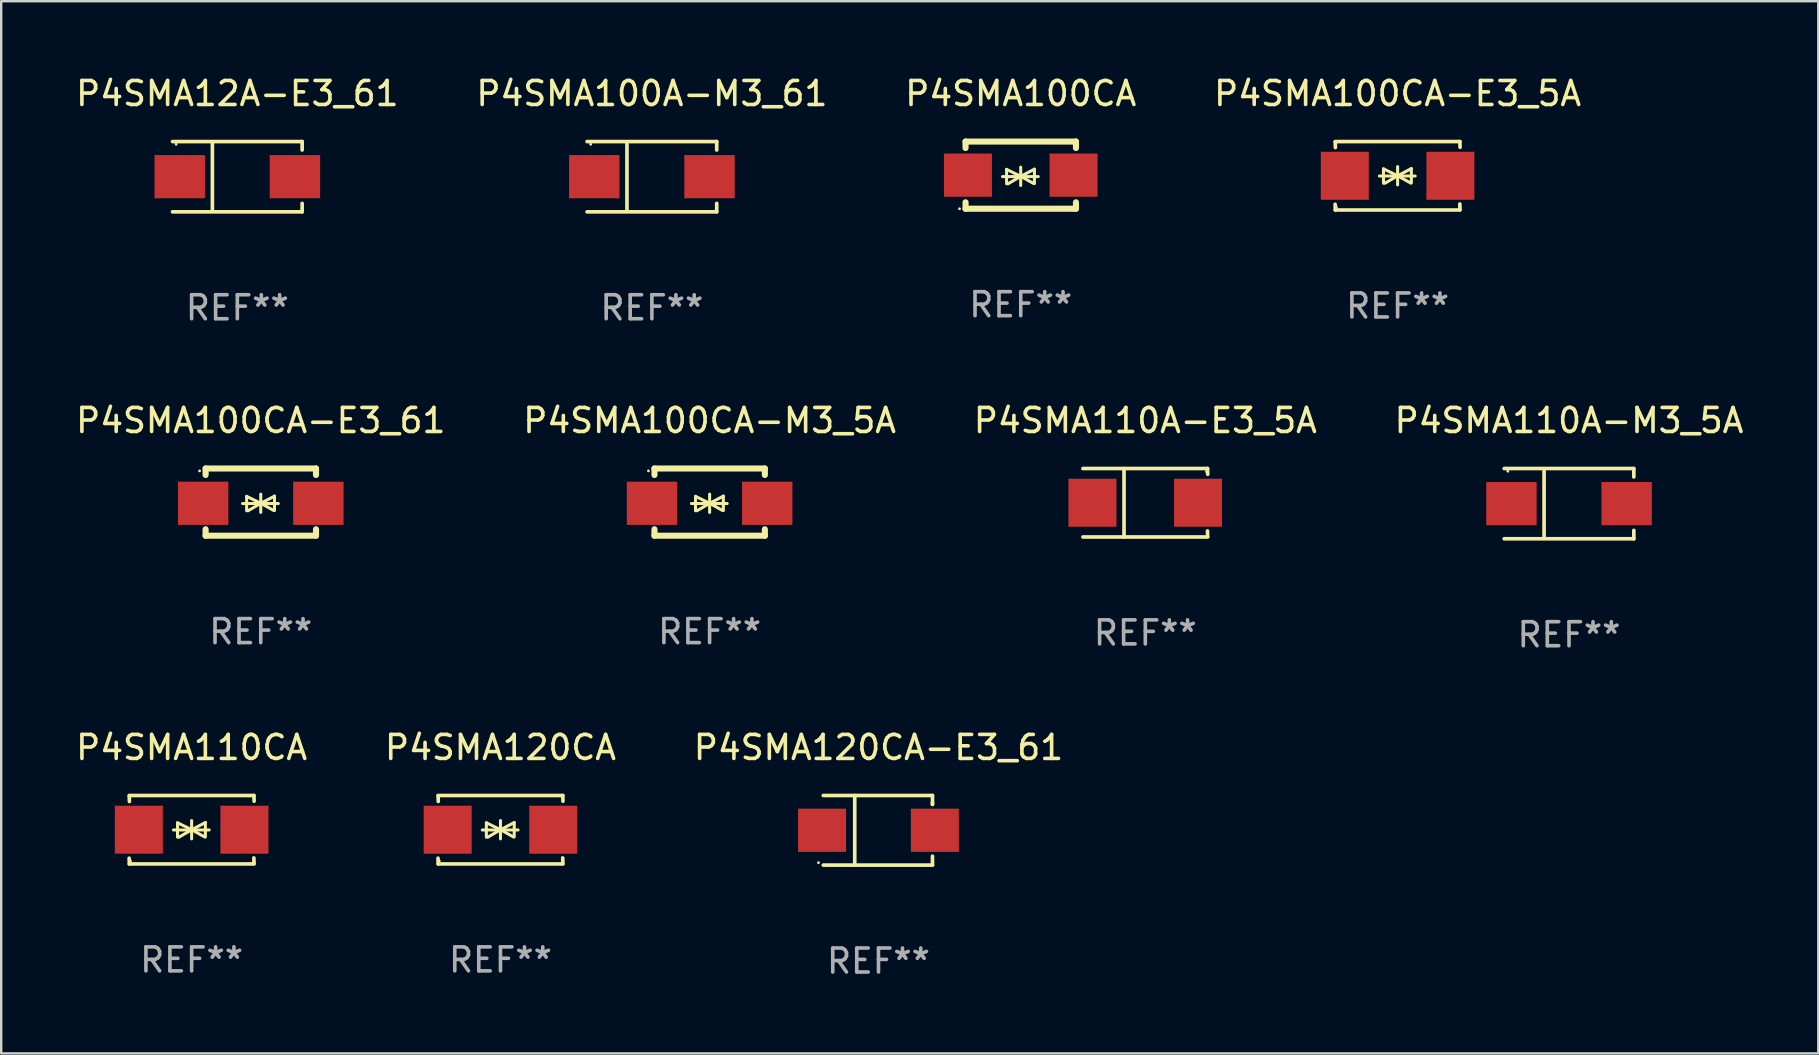
<source format=kicad_pcb>
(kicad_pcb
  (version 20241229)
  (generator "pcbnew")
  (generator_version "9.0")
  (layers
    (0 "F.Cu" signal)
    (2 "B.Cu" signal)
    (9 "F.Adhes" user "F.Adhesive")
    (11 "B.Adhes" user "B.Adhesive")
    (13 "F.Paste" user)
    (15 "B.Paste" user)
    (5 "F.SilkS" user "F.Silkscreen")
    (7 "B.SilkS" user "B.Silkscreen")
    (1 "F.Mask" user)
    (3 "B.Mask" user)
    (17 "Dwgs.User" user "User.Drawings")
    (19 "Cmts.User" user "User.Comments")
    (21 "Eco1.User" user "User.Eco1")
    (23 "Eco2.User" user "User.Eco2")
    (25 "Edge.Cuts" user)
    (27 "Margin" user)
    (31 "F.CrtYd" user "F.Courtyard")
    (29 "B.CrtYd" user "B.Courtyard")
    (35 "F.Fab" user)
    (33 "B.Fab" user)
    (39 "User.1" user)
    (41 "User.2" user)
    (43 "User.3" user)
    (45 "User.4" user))
  (footprint "P4SMA100CA"
    (layer "F.Cu")
    (at 39.482 4.248)
    (property "Reference" "P4SMA100CA" (at 0 -3.4 0) (layer "F.SilkS") (effects (font (size 1 1) (thickness 0.15))))
    (attr through_hole)
    (fp_line (start -2.3 -1.4) (end -2.3 -1.131) (stroke (width 0.254) (type solid)) (layer "F.SilkS"))
    (fp_line (start -2.3 -1.4) (end 2.3 -1.4) (stroke (width 0.254) (type solid)) (layer "F.SilkS"))
    (fp_line (start -2.3 1.131) (end -2.3 1.4) (stroke (width 0.254) (type solid)) (layer "F.SilkS"))
    (fp_line (start -2.3 1.4) (end 2.3 1.4) (stroke (width 0.254) (type solid)) (layer "F.SilkS"))
    (fp_line (start -0.76 0.06) (end 0.73 0.06) (stroke (width 0.127) (type solid)) (layer "F.SilkS"))
    (fp_line (start -0.59 -0.24) (end -0.59 0.36) (stroke (width 0.127) (type solid)) (layer "F.SilkS"))
    (fp_line (start -0.59 -0.24) (end -0.002 0.049) (stroke (width 0.127) (type solid)) (layer "F.SilkS"))
    (fp_line (start -0.53 0.36) (end -0.002 0.049) (stroke (width 0.127) (type solid)) (layer "F.SilkS"))
    (fp_line (start -0.002 0.049) (end -0.002 -0.332) (stroke (width 0.127) (type solid)) (layer "F.SilkS"))
    (fp_line (start -0.002 0.049) (end -0.002 0.43) (stroke (width 0.127) (type solid)) (layer "F.SilkS"))
    (fp_line (start 0.54 0.35) (end -0.002 0.049) (stroke (width 0.127) (type solid)) (layer "F.SilkS"))
    (fp_line (start 0.57 -0.25) (end -0.002 0.049) (stroke (width 0.127) (type solid)) (layer "F.SilkS"))
    (fp_line (start 0.57 -0.25) (end 0.57 0.35) (stroke (width 0.127) (type solid)) (layer "F.SilkS"))
    (fp_line (start 2.3 -1.4) (end 2.3 -1.131) (stroke (width 0.254) (type solid)) (layer "F.SilkS"))
    (fp_line (start 2.3 1.131) (end 2.3 1.4) (stroke (width 0.254) (type solid)) (layer "F.SilkS"))
    (fp_circle (center -2.55 1.4) (end -2.52 1.4) (stroke (width 0.06) (type solid)) (fill no) (layer "F.SilkS"))
    (fp_text user "REF**" (at 0 5.4 0) (layer "F.Fab") (effects (font (size 1 1) (thickness 0.15))))
    (pad "1" smd rect (at -2.2 0) (size 2 1.8) (layers "F.Cu" "F.Mask" "F.Paste"))
    (pad "2" smd rect (at 2.2 0) (size 2 1.8) (layers "F.Cu" "F.Mask" "F.Paste")))
  (footprint "P4SMA120CA"
    (layer "F.Cu")
    (at 17.804 31.522)
    (property "Reference" "P4SMA120CA" (at 0 -3.426 0) (layer "F.SilkS") (effects (font (size 1 1) (thickness 0.15))))
    (attr through_hole)
    (fp_line (start -2.596 -1.426) (end 2.596 -1.426) (stroke (width 0.152) (type solid)) (layer "F.SilkS"))
    (fp_line (start -2.596 1.426) (end -2.603 1.187) (stroke (width 0.152) (type solid)) (layer "F.SilkS"))
    (fp_line (start -2.596 1.426) (end 2.596 1.426) (stroke (width 0.152) (type solid)) (layer "F.SilkS"))
    (fp_line (start -2.593 -1.176) (end -2.6 -1.415) (stroke (width 0.152) (type solid)) (layer "F.SilkS"))
    (fp_line (start -0.758 0.011) (end 0.732 0.011) (stroke (width 0.127) (type solid)) (layer "F.SilkS"))
    (fp_line (start -0.588 -0.289) (end -0.588 0.311) (stroke (width 0.127) (type solid)) (layer "F.SilkS"))
    (fp_line (start -0.588 -0.289) (end 0 0) (stroke (width 0.127) (type solid)) (layer "F.SilkS"))
    (fp_line (start -0.528 0.311) (end 0 0) (stroke (width 0.127) (type solid)) (layer "F.SilkS"))
    (fp_line (start 0 0) (end 0 -0.381) (stroke (width 0.127) (type solid)) (layer "F.SilkS"))
    (fp_line (start 0 0) (end 0 0.381) (stroke (width 0.127) (type solid)) (layer "F.SilkS"))
    (fp_line (start 0.542 0.301) (end 0 0) (stroke (width 0.127) (type solid)) (layer "F.SilkS"))
    (fp_line (start 0.572 -0.299) (end 0 0) (stroke (width 0.127) (type solid)) (layer "F.SilkS"))
    (fp_line (start 0.572 -0.299) (end 0.572 0.301) (stroke (width 0.127) (type solid)) (layer "F.SilkS"))
    (fp_line (start 2.593 1.176) (end 2.6 1.415) (stroke (width 0.152) (type solid)) (layer "F.SilkS"))
    (fp_line (start 2.596 -1.426) (end 2.603 -1.187) (stroke (width 0.152) (type solid)) (layer "F.SilkS"))
    (fp_circle (center -2.55 1.3) (end -2.52 1.3) (stroke (width 0.06) (type solid)) (fill no) (layer "F.SilkS"))
    (fp_text user "REF**" (at 0 5.426 0) (layer "F.Fab") (effects (font (size 1 1) (thickness 0.15))))
    (pad "1" smd rect (at -2.2 0 180) (size 2 2) (layers "F.Cu" "F.Mask" "F.Paste"))
    (pad "2" smd rect (at 2.2 0 180) (size 2 2) (layers "F.Cu" "F.Mask" "F.Paste")))
  (footprint "P4SMA120CA-E3_61"
    (layer "F.Cu")
    (at 33.554 31.546)
    (property "Reference" "P4SMA120CA-E3_61" (at 0 -3.45 0) (layer "F.SilkS") (effects (font (size 1 1) (thickness 0.15))))
    (attr through_hole)
    (fp_line (start -2.3 -1.45) (end 2.25 -1.45) (stroke (width 0.152) (type solid)) (layer "F.SilkS"))
    (fp_line (start -0.989 -1.45) (end -0.989 1.45) (stroke (width 0.152) (type solid)) (layer "F.SilkS"))
    (fp_line (start 2.25 -1.45) (end 2.25 -1.08) (stroke (width 0.152) (type solid)) (layer "F.SilkS"))
    (fp_line (start 2.25 -1.08) (end 2.25 -1.142) (stroke (width 0.152) (type solid)) (layer "F.SilkS"))
    (fp_line (start 2.25 1.45) (end -2.3 1.45) (stroke (width 0.152) (type solid)) (layer "F.SilkS"))
    (fp_line (start 2.25 1.45) (end 2.25 1.08) (stroke (width 0.152) (type solid)) (layer "F.SilkS"))
    (fp_circle (center -2.5 1.35) (end -2.47 1.35) (stroke (width 0.06) (type solid)) (fill no) (layer "F.SilkS"))
    (fp_text user "REF**" (at 0 5.45 0) (layer "F.Fab") (effects (font (size 1 1) (thickness 0.15))))
    (pad "1" smd rect (at -2.35 0.000025) (size 2 1.8) (layers "F.Cu" "F.Mask" "F.Paste"))
    (pad "2" smd rect (at 2.35 0.000025) (size 2 1.8) (layers "F.Cu" "F.Mask" "F.Paste")))
  (footprint "P4SMA110A-E3_5A"
    (layer "F.Cu")
    (at 44.673 17.898)
    (property "Reference" "P4SMA110A-E3_5A" (at 0 -3.426 0) (layer "F.SilkS") (effects (font (size 1 1) (thickness 0.15))))
    (attr through_hole)
    (fp_line (start -2.6 -1.426) (end 2.593 -1.426) (stroke (width 0.152) (type solid)) (layer "F.SilkS"))
    (fp_line (start -2.6 1.426) (end 2.593 1.426) (stroke (width 0.152) (type solid)) (layer "F.SilkS"))
    (fp_line (start -0.887 -1.426) (end -0.887 1.426) (stroke (width 0.152) (type solid)) (layer "F.SilkS"))
    (fp_line (start 2.59 1.176) (end 2.597 1.415) (stroke (width 0.152) (type solid)) (layer "F.SilkS"))
    (fp_line (start 2.593 -1.426) (end 2.6 -1.187) (stroke (width 0.152) (type solid)) (layer "F.SilkS"))
    (fp_circle (center 2.547 -1.3) (end 2.577 -1.3) (stroke (width 0.06) (type solid)) (fill no) (layer "F.SilkS"))
    (fp_text user "REF**" (at 0 5.426 0) (layer "F.Fab") (effects (font (size 1 1) (thickness 0.15))))
    (pad "1" smd rect (at 2.197 -0.000025 180) (size 2 2) (layers "F.Cu" "F.Mask" "F.Paste"))
    (pad "2" smd rect (at -2.203 -0.000025 180) (size 2 2) (layers "F.Cu" "F.Mask" "F.Paste")))
  (footprint "P4SMA110A-M3_5A"
    (layer "F.Cu")
    (at 62.327 17.936)
    (property "Reference" "P4SMA110A-M3_5A" (at 0 -3.464 0) (layer "F.SilkS") (effects (font (size 1 1) (thickness 0.15))))
    (attr through_hole)
    (fp_line (start -2.701 -1.464) (end 2.701 -1.464) (stroke (width 0.152) (type solid)) (layer "F.SilkS"))
    (fp_line (start -2.701 1.464) (end 2.701 1.464) (stroke (width 0.152) (type solid)) (layer "F.SilkS"))
    (fp_line (start -1.039 -1.364) (end -1.039 1.364) (stroke (width 0.152) (type solid)) (layer "F.SilkS"))
    (fp_line (start 2.701 -1.464) (end 2.701 -1.113) (stroke (width 0.152) (type solid)) (layer "F.SilkS"))
    (fp_line (start 2.701 1.464) (end 2.701 1.113) (stroke (width 0.152) (type solid)) (layer "F.SilkS"))
    (fp_circle (center -2.55 -1.35) (end -2.52 -1.35) (stroke (width 0.06) (type solid)) (fill no) (layer "F.SilkS"))
    (fp_text user "REF**" (at 0 5.464 0) (layer "F.Fab") (effects (font (size 1 1) (thickness 0.15))))
    (pad "1" smd rect (at -2.4 0) (size 2.1 1.8) (layers "F.Cu" "F.Mask" "F.Paste"))
    (pad "2" smd rect (at 2.4 0) (size 2.1 1.8) (layers "F.Cu" "F.Mask" "F.Paste")))
  (footprint "P4SMA100CA-E3_61"
    (layer "F.Cu")
    (at 7.815 17.872)
    (property "Reference" "P4SMA100CA-E3_61" (at 0 -3.4 0) (layer "F.SilkS") (effects (font (size 1 1) (thickness 0.15))))
    (attr through_hole)
    (fp_line (start -2.298 -1.4) (end -2.298 -1.131) (stroke (width 0.254) (type solid)) (layer "F.SilkS"))
    (fp_line (start -2.298 -1.4) (end 2.302 -1.4) (stroke (width 0.254) (type solid)) (layer "F.SilkS"))
    (fp_line (start -2.298 1.131) (end -2.298 1.4) (stroke (width 0.254) (type solid)) (layer "F.SilkS"))
    (fp_line (start -2.298 1.4) (end 2.302 1.4) (stroke (width 0.254) (type solid)) (layer "F.SilkS"))
    (fp_line (start -0.758 0.06) (end 0.732 0.06) (stroke (width 0.127) (type solid)) (layer "F.SilkS"))
    (fp_line (start -0.588 -0.24) (end -0.588 0.36) (stroke (width 0.127) (type solid)) (layer "F.SilkS"))
    (fp_line (start -0.588 -0.24) (end 0.000025 0.049) (stroke (width 0.127) (type solid)) (layer "F.SilkS"))
    (fp_line (start -0.528 0.36) (end 0.000025 0.049) (stroke (width 0.127) (type solid)) (layer "F.SilkS"))
    (fp_line (start 0.000025 0.049) (end 0.000025 -0.332) (stroke (width 0.127) (type solid)) (layer "F.SilkS"))
    (fp_line (start 0.000025 0.049) (end 0.000025 0.43) (stroke (width 0.127) (type solid)) (layer "F.SilkS"))
    (fp_line (start 0.542 0.35) (end 0.000025 0.049) (stroke (width 0.127) (type solid)) (layer "F.SilkS"))
    (fp_line (start 0.572 -0.25) (end 0.000025 0.049) (stroke (width 0.127) (type solid)) (layer "F.SilkS"))
    (fp_line (start 0.572 -0.25) (end 0.572 0.35) (stroke (width 0.127) (type solid)) (layer "F.SilkS"))
    (fp_line (start 2.302 -1.4) (end 2.302 -1.131) (stroke (width 0.254) (type solid)) (layer "F.SilkS"))
    (fp_line (start 2.302 1.131) (end 2.302 1.4) (stroke (width 0.254) (type solid)) (layer "F.SilkS"))
    (fp_circle (center -2.549 -1.301) (end -2.519 -1.301) (stroke (width 0.06) (type solid)) (fill no) (layer "F.SilkS"))
    (fp_text user "REF**" (at 0 5.4 0) (layer "F.Fab") (effects (font (size 1 1) (thickness 0.15))))
    (pad "1" smd rect (at -2.4 0.049) (size 2.1 1.8) (layers "F.Cu" "F.Mask" "F.Paste"))
    (pad "2" smd rect (at 2.4 0.049) (size 2.1 1.8) (layers "F.Cu" "F.Mask" "F.Paste")))
  (footprint "P4SMA100CA-M3_5A"
    (layer "F.Cu")
    (at 26.518 17.872)
    (property "Reference" "P4SMA100CA-M3_5A" (at 0 -3.4 0) (layer "F.SilkS") (effects (font (size 1 1) (thickness 0.15))))
    (attr through_hole)
    (fp_line (start -2.298 -1.4) (end -2.298 -1.131) (stroke (width 0.254) (type solid)) (layer "F.SilkS"))
    (fp_line (start -2.298 -1.4) (end 2.302 -1.4) (stroke (width 0.254) (type solid)) (layer "F.SilkS"))
    (fp_line (start -2.298 1.131) (end -2.298 1.4) (stroke (width 0.254) (type solid)) (layer "F.SilkS"))
    (fp_line (start -2.298 1.4) (end 2.302 1.4) (stroke (width 0.254) (type solid)) (layer "F.SilkS"))
    (fp_line (start -0.758 0.06) (end 0.732 0.06) (stroke (width 0.127) (type solid)) (layer "F.SilkS"))
    (fp_line (start -0.588 -0.24) (end -0.588 0.36) (stroke (width 0.127) (type solid)) (layer "F.SilkS"))
    (fp_line (start -0.588 -0.24) (end 0.000025 0.049) (stroke (width 0.127) (type solid)) (layer "F.SilkS"))
    (fp_line (start -0.528 0.36) (end 0.000025 0.049) (stroke (width 0.127) (type solid)) (layer "F.SilkS"))
    (fp_line (start 0.000025 0.049) (end 0.000025 -0.332) (stroke (width 0.127) (type solid)) (layer "F.SilkS"))
    (fp_line (start 0.000025 0.049) (end 0.000025 0.43) (stroke (width 0.127) (type solid)) (layer "F.SilkS"))
    (fp_line (start 0.542 0.35) (end 0.000025 0.049) (stroke (width 0.127) (type solid)) (layer "F.SilkS"))
    (fp_line (start 0.572 -0.25) (end 0.000025 0.049) (stroke (width 0.127) (type solid)) (layer "F.SilkS"))
    (fp_line (start 0.572 -0.25) (end 0.572 0.35) (stroke (width 0.127) (type solid)) (layer "F.SilkS"))
    (fp_line (start 2.302 -1.4) (end 2.302 -1.131) (stroke (width 0.254) (type solid)) (layer "F.SilkS"))
    (fp_line (start 2.302 1.131) (end 2.302 1.4) (stroke (width 0.254) (type solid)) (layer "F.SilkS"))
    (fp_circle (center -2.549 -1.301) (end -2.519 -1.301) (stroke (width 0.06) (type solid)) (fill no) (layer "F.SilkS"))
    (fp_text user "REF**" (at 0 5.4 0) (layer "F.Fab") (effects (font (size 1 1) (thickness 0.15))))
    (pad "1" smd rect (at -2.4 0.049) (size 2.1 1.8) (layers "F.Cu" "F.Mask" "F.Paste"))
    (pad "2" smd rect (at 2.4 0.049) (size 2.1 1.8) (layers "F.Cu" "F.Mask" "F.Paste")))
  (footprint "P4SMA100A-M3_61"
    (layer "F.Cu")
    (at 24.113 4.312)
    (property "Reference" "P4SMA100A-M3_61" (at 0 -3.464 0) (layer "F.SilkS") (effects (font (size 1 1) (thickness 0.15))))
    (attr through_hole)
    (fp_line (start -2.701 -1.464) (end 2.701 -1.464) (stroke (width 0.152) (type solid)) (layer "F.SilkS"))
    (fp_line (start -2.701 1.464) (end 2.701 1.464) (stroke (width 0.152) (type solid)) (layer "F.SilkS"))
    (fp_line (start -1.039 -1.364) (end -1.039 1.364) (stroke (width 0.152) (type solid)) (layer "F.SilkS"))
    (fp_line (start 2.701 -1.464) (end 2.701 -1.113) (stroke (width 0.152) (type solid)) (layer "F.SilkS"))
    (fp_line (start 2.701 1.464) (end 2.701 1.113) (stroke (width 0.152) (type solid)) (layer "F.SilkS"))
    (fp_circle (center -2.55 -1.35) (end -2.52 -1.35) (stroke (width 0.06) (type solid)) (fill no) (layer "F.SilkS"))
    (fp_text user "REF**" (at 0 5.464 0) (layer "F.Fab") (effects (font (size 1 1) (thickness 0.15))))
    (pad "1" smd rect (at -2.4 0) (size 2.1 1.8) (layers "F.Cu" "F.Mask" "F.Paste"))
    (pad "2" smd rect (at 2.4 0) (size 2.1 1.8) (layers "F.Cu" "F.Mask" "F.Paste")))
  (footprint "P4SMA110CA"
    (layer "F.Cu")
    (at 4.935 31.522)
    (property "Reference" "P4SMA110CA" (at 0 -3.426 0) (layer "F.SilkS") (effects (font (size 1 1) (thickness 0.15))))
    (attr through_hole)
    (fp_line (start -2.596 -1.426) (end 2.596 -1.426) (stroke (width 0.152) (type solid)) (layer "F.SilkS"))
    (fp_line (start -2.596 1.426) (end -2.603 1.187) (stroke (width 0.152) (type solid)) (layer "F.SilkS"))
    (fp_line (start -2.596 1.426) (end 2.596 1.426) (stroke (width 0.152) (type solid)) (layer "F.SilkS"))
    (fp_line (start -2.593 -1.176) (end -2.6 -1.415) (stroke (width 0.152) (type solid)) (layer "F.SilkS"))
    (fp_line (start -0.758 0.011) (end 0.732 0.011) (stroke (width 0.127) (type solid)) (layer "F.SilkS"))
    (fp_line (start -0.588 -0.289) (end -0.588 0.311) (stroke (width 0.127) (type solid)) (layer "F.SilkS"))
    (fp_line (start -0.588 -0.289) (end 0 0) (stroke (width 0.127) (type solid)) (layer "F.SilkS"))
    (fp_line (start -0.528 0.311) (end 0 0) (stroke (width 0.127) (type solid)) (layer "F.SilkS"))
    (fp_line (start 0 0) (end 0 -0.381) (stroke (width 0.127) (type solid)) (layer "F.SilkS"))
    (fp_line (start 0 0) (end 0 0.381) (stroke (width 0.127) (type solid)) (layer "F.SilkS"))
    (fp_line (start 0.542 0.301) (end 0 0) (stroke (width 0.127) (type solid)) (layer "F.SilkS"))
    (fp_line (start 0.572 -0.299) (end 0 0) (stroke (width 0.127) (type solid)) (layer "F.SilkS"))
    (fp_line (start 0.572 -0.299) (end 0.572 0.301) (stroke (width 0.127) (type solid)) (layer "F.SilkS"))
    (fp_line (start 2.593 1.176) (end 2.6 1.415) (stroke (width 0.152) (type solid)) (layer "F.SilkS"))
    (fp_line (start 2.596 -1.426) (end 2.603 -1.187) (stroke (width 0.152) (type solid)) (layer "F.SilkS"))
    (fp_circle (center -2.55 1.3) (end -2.52 1.3) (stroke (width 0.06) (type solid)) (fill no) (layer "F.SilkS"))
    (fp_text user "REF**" (at 0 5.426 0) (layer "F.Fab") (effects (font (size 1 1) (thickness 0.15))))
    (pad "1" smd rect (at -2.2 0 180) (size 2 2) (layers "F.Cu" "F.Mask" "F.Paste"))
    (pad "2" smd rect (at 2.2 0 180) (size 2 2) (layers "F.Cu" "F.Mask" "F.Paste")))
  (footprint "P4SMA100CA-E3_5A"
    (layer "F.Cu")
    (at 55.185 4.274)
    (property "Reference" "P4SMA100CA-E3_5A" (at 0 -3.426 0) (layer "F.SilkS") (effects (font (size 1 1) (thickness 0.15))))
    (attr through_hole)
    (fp_line (start -2.596 -1.426) (end 2.596 -1.426) (stroke (width 0.152) (type solid)) (layer "F.SilkS"))
    (fp_line (start -2.596 1.426) (end -2.603 1.187) (stroke (width 0.152) (type solid)) (layer "F.SilkS"))
    (fp_line (start -2.596 1.426) (end 2.596 1.426) (stroke (width 0.152) (type solid)) (layer "F.SilkS"))
    (fp_line (start -2.593 -1.176) (end -2.6 -1.415) (stroke (width 0.152) (type solid)) (layer "F.SilkS"))
    (fp_line (start -0.758 0.011) (end 0.732 0.011) (stroke (width 0.127) (type solid)) (layer "F.SilkS"))
    (fp_line (start -0.588 -0.289) (end -0.588 0.311) (stroke (width 0.127) (type solid)) (layer "F.SilkS"))
    (fp_line (start -0.588 -0.289) (end 0 0) (stroke (width 0.127) (type solid)) (layer "F.SilkS"))
    (fp_line (start -0.528 0.311) (end 0 0) (stroke (width 0.127) (type solid)) (layer "F.SilkS"))
    (fp_line (start 0 0) (end 0 -0.381) (stroke (width 0.127) (type solid)) (layer "F.SilkS"))
    (fp_line (start 0 0) (end 0 0.381) (stroke (width 0.127) (type solid)) (layer "F.SilkS"))
    (fp_line (start 0.542 0.301) (end 0 0) (stroke (width 0.127) (type solid)) (layer "F.SilkS"))
    (fp_line (start 0.572 -0.299) (end 0 0) (stroke (width 0.127) (type solid)) (layer "F.SilkS"))
    (fp_line (start 0.572 -0.299) (end 0.572 0.301) (stroke (width 0.127) (type solid)) (layer "F.SilkS"))
    (fp_line (start 2.593 1.176) (end 2.6 1.415) (stroke (width 0.152) (type solid)) (layer "F.SilkS"))
    (fp_line (start 2.596 -1.426) (end 2.603 -1.187) (stroke (width 0.152) (type solid)) (layer "F.SilkS"))
    (fp_circle (center -2.55 1.3) (end -2.52 1.3) (stroke (width 0.06) (type solid)) (fill no) (layer "F.SilkS"))
    (fp_text user "REF**" (at 0 5.426 0) (layer "F.Fab") (effects (font (size 1 1) (thickness 0.15))))
    (pad "1" smd rect (at -2.2 0 180) (size 2 2) (layers "F.Cu" "F.Mask" "F.Paste"))
    (pad "2" smd rect (at 2.2 0 180) (size 2 2) (layers "F.Cu" "F.Mask" "F.Paste")))
  (footprint "P4SMA12A-E3_61"
    (layer "F.Cu")
    (at 6.839 4.312)
    (property "Reference" "P4SMA12A-E3_61" (at 0 -3.464 0) (layer "F.SilkS") (effects (font (size 1 1) (thickness 0.15))))
    (attr through_hole)
    (fp_line (start -2.701 -1.464) (end 2.701 -1.464) (stroke (width 0.152) (type solid)) (layer "F.SilkS"))
    (fp_line (start -2.701 1.464) (end 2.701 1.464) (stroke (width 0.152) (type solid)) (layer "F.SilkS"))
    (fp_line (start -1.039 -1.364) (end -1.039 1.364) (stroke (width 0.152) (type solid)) (layer "F.SilkS"))
    (fp_line (start 2.701 -1.464) (end 2.701 -1.113) (stroke (width 0.152) (type solid)) (layer "F.SilkS"))
    (fp_line (start 2.701 1.464) (end 2.701 1.113) (stroke (width 0.152) (type solid)) (layer "F.SilkS"))
    (fp_circle (center -2.55 -1.35) (end -2.52 -1.35) (stroke (width 0.06) (type solid)) (fill no) (layer "F.SilkS"))
    (fp_text user "REF**" (at 0 5.464 0) (layer "F.Fab") (effects (font (size 1 1) (thickness 0.15))))
    (pad "1" smd rect (at -2.4 0) (size 2.1 1.8) (layers "F.Cu" "F.Mask" "F.Paste"))
    (pad "2" smd rect (at 2.4 0) (size 2.1 1.8) (layers "F.Cu" "F.Mask" "F.Paste")))
  (gr_rect
    (start -3 -3)
    (end 72.714 40.844)
    (stroke (width 0.1) (type default))
    (fill no)
    (layer "Edge.Cuts")))
</source>
